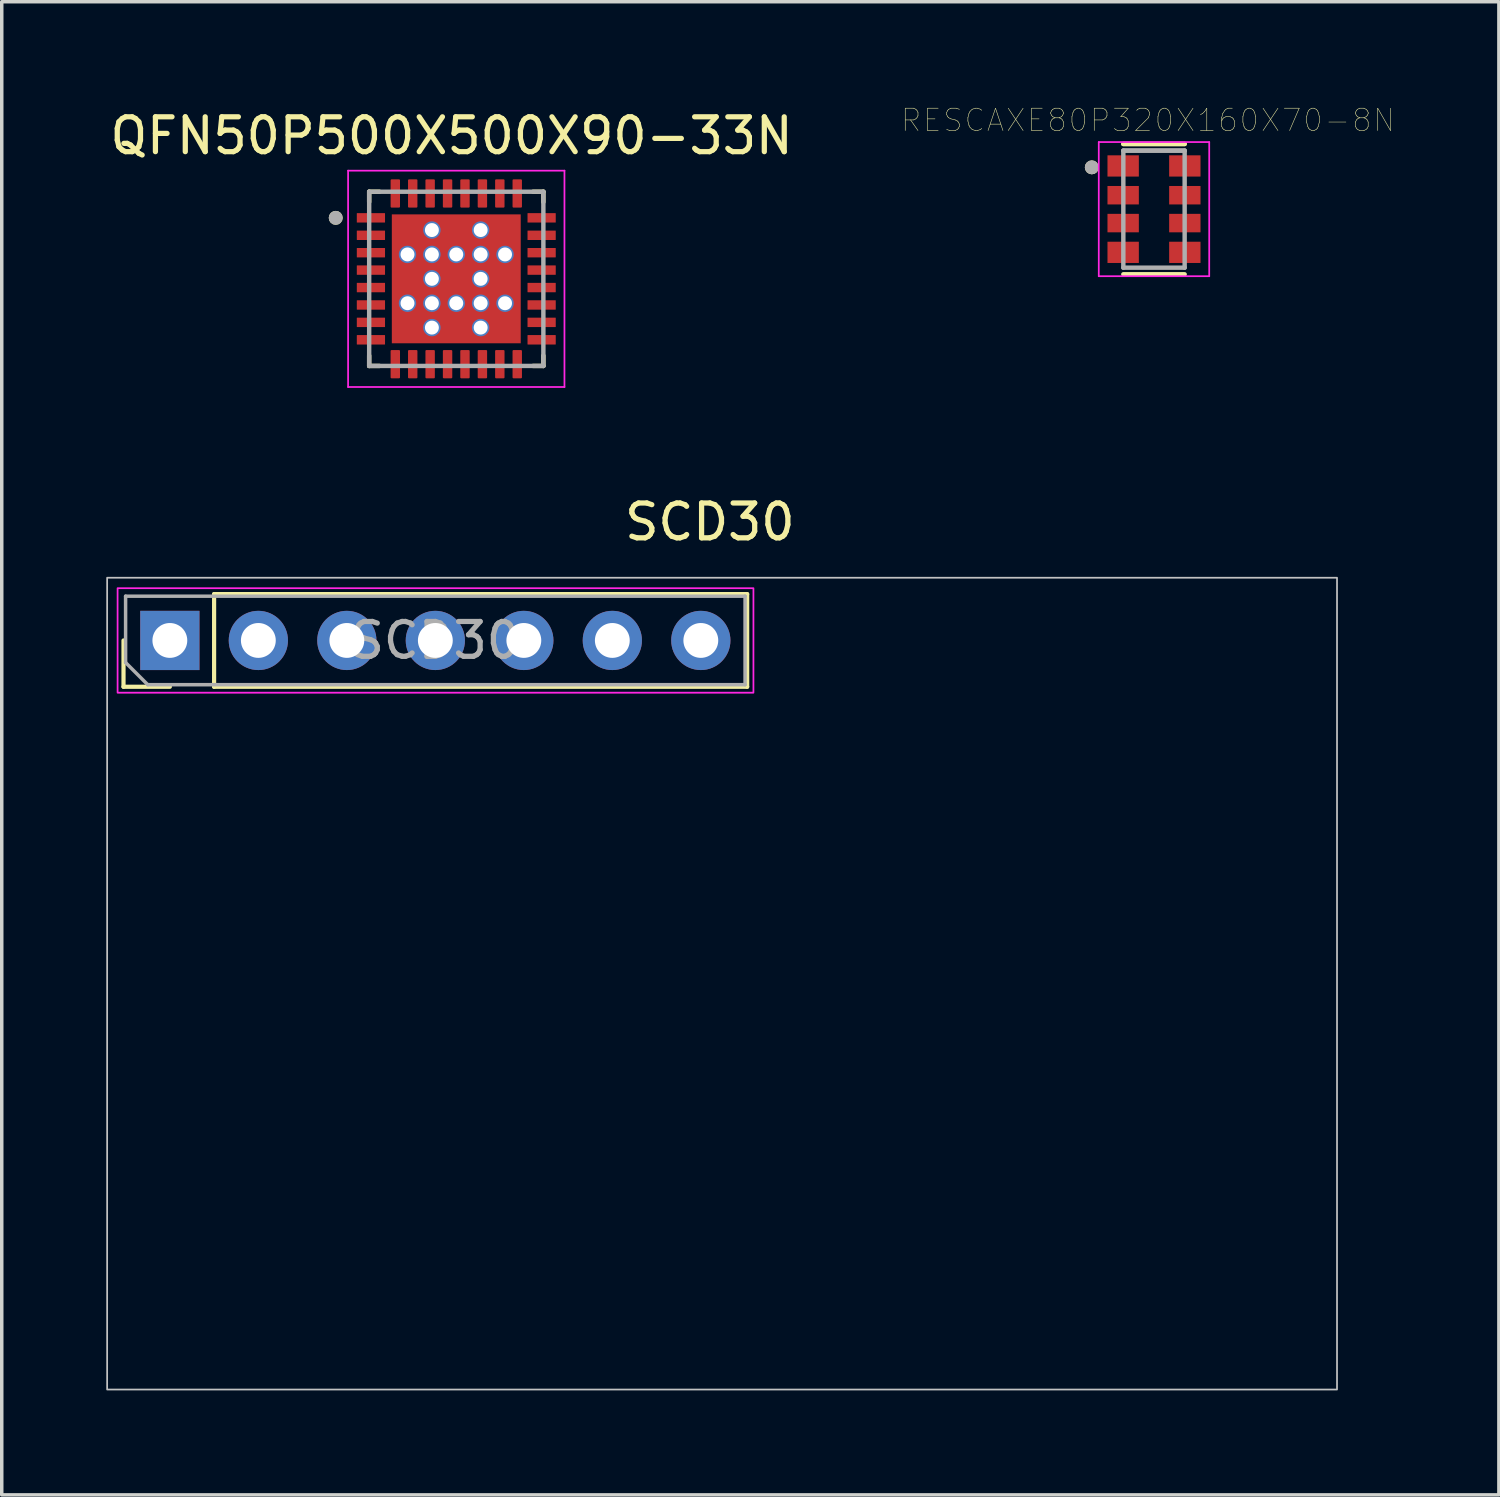
<source format=kicad_pcb>
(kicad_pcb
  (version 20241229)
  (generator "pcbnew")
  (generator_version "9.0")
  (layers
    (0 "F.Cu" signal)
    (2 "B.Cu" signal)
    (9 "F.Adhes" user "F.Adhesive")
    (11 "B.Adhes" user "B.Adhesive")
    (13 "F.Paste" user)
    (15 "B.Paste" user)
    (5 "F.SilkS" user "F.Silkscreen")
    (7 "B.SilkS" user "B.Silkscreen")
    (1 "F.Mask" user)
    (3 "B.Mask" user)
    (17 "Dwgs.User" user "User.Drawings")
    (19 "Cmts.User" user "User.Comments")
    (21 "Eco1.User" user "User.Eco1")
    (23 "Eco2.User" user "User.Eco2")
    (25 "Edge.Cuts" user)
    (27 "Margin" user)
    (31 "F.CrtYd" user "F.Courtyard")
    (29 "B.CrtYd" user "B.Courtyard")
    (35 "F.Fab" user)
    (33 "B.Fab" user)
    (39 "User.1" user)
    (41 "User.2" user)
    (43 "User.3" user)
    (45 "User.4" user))
  (footprint "RESCAXE80P320X160X70-8N"
    (layer "F.Cu")
    (at 30.072 2.953)
    (property "Reference" "RESCAXE80P320X160X70-8N" (at -0.176 -2.552 0) (layer "F.SilkS") (effects (font (size 0.64 0.64) (thickness 0.015))))
    (attr through_hole)
    (fp_line (start 0.88 -1.87) (end -0.88 -1.87) (stroke (width 0.127) (type solid)) (layer "F.SilkS"))
    (fp_line (start 0.88 -1.87) (end -0.88 -1.87) (stroke (width 0.127) (type solid)) (layer "F.SilkS"))
    (fp_line (start 0.88 1.87) (end -0.88 1.87) (stroke (width 0.127) (type solid)) (layer "F.SilkS"))
    (fp_circle (center -1.785 -1.2) (end -1.685 -1.2) (stroke (width 0.2) (type solid)) (fill no) (layer "F.SilkS"))
    (fp_line (start -1.585 -1.925) (end -1.585 1.925) (stroke (width 0.05) (type solid)) (layer "F.CrtYd"))
    (fp_line (start -1.585 1.925) (end 1.585 1.925) (stroke (width 0.05) (type solid)) (layer "F.CrtYd"))
    (fp_line (start 1.585 -1.925) (end -1.585 -1.925) (stroke (width 0.05) (type solid)) (layer "F.CrtYd"))
    (fp_line (start 1.585 1.925) (end 1.585 -1.925) (stroke (width 0.05) (type solid)) (layer "F.CrtYd"))
    (fp_line (start -0.88 -1.68) (end -0.88 1.68) (stroke (width 0.127) (type solid)) (layer "F.Fab"))
    (fp_line (start -0.88 1.68) (end 0.88 1.68) (stroke (width 0.127) (type solid)) (layer "F.Fab"))
    (fp_line (start 0.88 -1.68) (end -0.88 -1.68) (stroke (width 0.127) (type solid)) (layer "F.Fab"))
    (fp_line (start 0.88 -1.68) (end -0.88 -1.68) (stroke (width 0.127) (type solid)) (layer "F.Fab"))
    (fp_line (start 0.88 1.68) (end 0.88 -1.68) (stroke (width 0.127) (type solid)) (layer "F.Fab"))
    (fp_circle (center -1.785 -1.2) (end -1.685 -1.2) (stroke (width 0.2) (type solid)) (fill no) (layer "F.Fab"))
    (pad "1" smd rect (at -0.885 -1.24) (size 0.9 0.61) (layers "F.Cu" "F.Mask" "F.Paste"))
    (pad "2" smd rect (at -0.885 -0.4) (size 0.9 0.53) (layers "F.Cu" "F.Mask" "F.Paste"))
    (pad "3" smd rect (at -0.885 0.4) (size 0.9 0.53) (layers "F.Cu" "F.Mask" "F.Paste"))
    (pad "4" smd rect (at -0.885 1.24) (size 0.9 0.61) (layers "F.Cu" "F.Mask" "F.Paste"))
    (pad "5" smd rect (at 0.885 1.24) (size 0.9 0.61) (layers "F.Cu" "F.Mask" "F.Paste"))
    (pad "6" smd rect (at 0.885 0.4) (size 0.9 0.53) (layers "F.Cu" "F.Mask" "F.Paste"))
    (pad "7" smd rect (at 0.885 -0.4) (size 0.9 0.53) (layers "F.Cu" "F.Mask" "F.Paste"))
    (pad "8" smd rect (at 0.885 -1.24) (size 0.9 0.61) (layers "F.Cu" "F.Mask" "F.Paste")))
  (footprint "QFN50P500X500X90-33N"
    (layer "F.Cu")
    (at 10.046 4.953)
    (property "Reference" "QFN50P500X500X90-33N" (at -0.135 -4.105 0) (layer "F.SilkS") (effects (font (size 1 1) (thickness 0.15))))
    (attr through_hole)
    (fp_line (start -2.5 -2.5) (end -2.5 -2.205) (stroke (width 0.127) (type solid)) (layer "F.SilkS"))
    (fp_line (start -2.5 -2.5) (end -2.205 -2.5) (stroke (width 0.127) (type solid)) (layer "F.SilkS"))
    (fp_line (start -2.5 2.5) (end -2.5 2.205) (stroke (width 0.127) (type solid)) (layer "F.SilkS"))
    (fp_line (start -2.5 2.5) (end -2.205 2.5) (stroke (width 0.127) (type solid)) (layer "F.SilkS"))
    (fp_line (start 2.5 -2.5) (end 2.205 -2.5) (stroke (width 0.127) (type solid)) (layer "F.SilkS"))
    (fp_line (start 2.5 -2.5) (end 2.5 -2.205) (stroke (width 0.127) (type solid)) (layer "F.SilkS"))
    (fp_line (start 2.5 2.5) (end 2.205 2.5) (stroke (width 0.127) (type solid)) (layer "F.SilkS"))
    (fp_line (start 2.5 2.5) (end 2.5 2.205) (stroke (width 0.127) (type solid)) (layer "F.SilkS"))
    (fp_circle (center -3.46 -1.75) (end -3.36 -1.75) (stroke (width 0.2) (type solid)) (fill no) (layer "F.SilkS"))
    (fp_poly (pts (xy -1.85 -1.85) (xy -0.95 -1.85) (xy -0.95 -0.95) (xy -1.85 -0.95)) (stroke (width 0.01) (type solid)) (fill yes) (layer "F.Paste"))
    (fp_poly (pts (xy -1.85 -0.45) (xy -0.95 -0.45) (xy -0.95 0.45) (xy -1.85 0.45)) (stroke (width 0.01) (type solid)) (fill yes) (layer "F.Paste"))
    (fp_poly (pts (xy -1.85 0.95) (xy -0.95 0.95) (xy -0.95 1.85) (xy -1.85 1.85)) (stroke (width 0.01) (type solid)) (fill yes) (layer "F.Paste"))
    (fp_poly (pts (xy -0.45 -1.85) (xy 0.45 -1.85) (xy 0.45 -0.95) (xy -0.45 -0.95)) (stroke (width 0.01) (type solid)) (fill yes) (layer "F.Paste"))
    (fp_poly (pts (xy -0.45 -0.45) (xy 0.45 -0.45) (xy 0.45 0.45) (xy -0.45 0.45)) (stroke (width 0.01) (type solid)) (fill yes) (layer "F.Paste"))
    (fp_poly (pts (xy -0.45 0.95) (xy 0.45 0.95) (xy 0.45 1.85) (xy -0.45 1.85)) (stroke (width 0.01) (type solid)) (fill yes) (layer "F.Paste"))
    (fp_poly (pts (xy 0.95 -1.85) (xy 1.85 -1.85) (xy 1.85 -0.95) (xy 0.95 -0.95)) (stroke (width 0.01) (type solid)) (fill yes) (layer "F.Paste"))
    (fp_poly (pts (xy 0.95 -0.45) (xy 1.85 -0.45) (xy 1.85 0.45) (xy 0.95 0.45)) (stroke (width 0.01) (type solid)) (fill yes) (layer "F.Paste"))
    (fp_poly (pts (xy 0.95 0.95) (xy 1.85 0.95) (xy 1.85 1.85) (xy 0.95 1.85)) (stroke (width 0.01) (type solid)) (fill yes) (layer "F.Paste"))
    (fp_line (start -3.105 -3.105) (end 3.105 -3.105) (stroke (width 0.05) (type solid)) (layer "F.CrtYd"))
    (fp_line (start -3.105 3.105) (end -3.105 -3.105) (stroke (width 0.05) (type solid)) (layer "F.CrtYd"))
    (fp_line (start -3.105 3.105) (end 3.105 3.105) (stroke (width 0.05) (type solid)) (layer "F.CrtYd"))
    (fp_line (start 3.105 3.105) (end 3.105 -3.105) (stroke (width 0.05) (type solid)) (layer "F.CrtYd"))
    (fp_line (start -2.5 2.5) (end -2.5 -2.5) (stroke (width 0.127) (type solid)) (layer "F.Fab"))
    (fp_line (start 2.5 -2.5) (end -2.5 -2.5) (stroke (width 0.127) (type solid)) (layer "F.Fab"))
    (fp_line (start 2.5 2.5) (end -2.5 2.5) (stroke (width 0.127) (type solid)) (layer "F.Fab"))
    (fp_line (start 2.5 2.5) (end 2.5 -2.5) (stroke (width 0.127) (type solid)) (layer "F.Fab"))
    (fp_circle (center -3.46 -1.75) (end -3.36 -1.75) (stroke (width 0.2) (type solid)) (fill no) (layer "F.Fab"))
    (pad "1" smd roundrect (at -2.45 -1.75) (size 0.81 0.27) (layers "F.Cu" "F.Mask" "F.Paste") (roundrect_rratio 0.03))
    (pad "2" smd roundrect (at -2.45 -1.25) (size 0.81 0.27) (layers "F.Cu" "F.Mask" "F.Paste") (roundrect_rratio 0.03))
    (pad "3" smd roundrect (at -2.45 -0.75) (size 0.81 0.27) (layers "F.Cu" "F.Mask" "F.Paste") (roundrect_rratio 0.03))
    (pad "4" smd roundrect (at -2.45 -0.25) (size 0.81 0.27) (layers "F.Cu" "F.Mask" "F.Paste") (roundrect_rratio 0.03))
    (pad "5" smd roundrect (at -2.45 0.25) (size 0.81 0.27) (layers "F.Cu" "F.Mask" "F.Paste") (roundrect_rratio 0.03))
    (pad "6" smd roundrect (at -2.45 0.75) (size 0.81 0.27) (layers "F.Cu" "F.Mask" "F.Paste") (roundrect_rratio 0.03))
    (pad "7" smd roundrect (at -2.45 1.25) (size 0.81 0.27) (layers "F.Cu" "F.Mask" "F.Paste") (roundrect_rratio 0.03))
    (pad "8" smd roundrect (at -2.45 1.75) (size 0.81 0.27) (layers "F.Cu" "F.Mask" "F.Paste") (roundrect_rratio 0.03))
    (pad "9" smd roundrect (at -1.75 2.45) (size 0.27 0.81) (layers "F.Cu" "F.Mask" "F.Paste") (roundrect_rratio 0.1))
    (pad "10" smd roundrect (at -1.25 2.45) (size 0.27 0.81) (layers "F.Cu" "F.Mask" "F.Paste") (roundrect_rratio 0.1))
    (pad "11" smd roundrect (at -0.75 2.45) (size 0.27 0.81) (layers "F.Cu" "F.Mask" "F.Paste") (roundrect_rratio 0.1))
    (pad "12" smd roundrect (at -0.25 2.45) (size 0.27 0.81) (layers "F.Cu" "F.Mask" "F.Paste") (roundrect_rratio 0.1))
    (pad "13" smd roundrect (at 0.25 2.45) (size 0.27 0.81) (layers "F.Cu" "F.Mask" "F.Paste") (roundrect_rratio 0.1))
    (pad "14" smd roundrect (at 0.75 2.45) (size 0.27 0.81) (layers "F.Cu" "F.Mask" "F.Paste") (roundrect_rratio 0.1))
    (pad "15" smd roundrect (at 1.25 2.45) (size 0.27 0.81) (layers "F.Cu" "F.Mask" "F.Paste") (roundrect_rratio 0.1))
    (pad "16" smd roundrect (at 1.75 2.45) (size 0.27 0.81) (layers "F.Cu" "F.Mask" "F.Paste") (roundrect_rratio 0.1))
    (pad "17" smd roundrect (at 2.45 1.75) (size 0.81 0.27) (layers "F.Cu" "F.Mask" "F.Paste") (roundrect_rratio 0.03))
    (pad "18" smd roundrect (at 2.45 1.25) (size 0.81 0.27) (layers "F.Cu" "F.Mask" "F.Paste") (roundrect_rratio 0.03))
    (pad "19" smd roundrect (at 2.45 0.75) (size 0.81 0.27) (layers "F.Cu" "F.Mask" "F.Paste") (roundrect_rratio 0.03))
    (pad "20" smd roundrect (at 2.45 0.25) (size 0.81 0.27) (layers "F.Cu" "F.Mask" "F.Paste") (roundrect_rratio 0.03))
    (pad "21" smd roundrect (at 2.45 -0.25) (size 0.81 0.27) (layers "F.Cu" "F.Mask" "F.Paste") (roundrect_rratio 0.03))
    (pad "22" smd roundrect (at 2.45 -0.75) (size 0.81 0.27) (layers "F.Cu" "F.Mask" "F.Paste") (roundrect_rratio 0.03))
    (pad "23" smd roundrect (at 2.45 -1.25) (size 0.81 0.27) (layers "F.Cu" "F.Mask" "F.Paste") (roundrect_rratio 0.03))
    (pad "24" smd roundrect (at 2.45 -1.75) (size 0.81 0.27) (layers "F.Cu" "F.Mask" "F.Paste") (roundrect_rratio 0.03))
    (pad "25" smd roundrect (at 1.75 -2.45) (size 0.27 0.81) (layers "F.Cu" "F.Mask" "F.Paste") (roundrect_rratio 0.1))
    (pad "26" smd roundrect (at 1.25 -2.45) (size 0.27 0.81) (layers "F.Cu" "F.Mask" "F.Paste") (roundrect_rratio 0.1))
    (pad "27" smd roundrect (at 0.75 -2.45) (size 0.27 0.81) (layers "F.Cu" "F.Mask" "F.Paste") (roundrect_rratio 0.1))
    (pad "28" smd roundrect (at 0.25 -2.45) (size 0.27 0.81) (layers "F.Cu" "F.Mask" "F.Paste") (roundrect_rratio 0.1))
    (pad "29" smd roundrect (at -0.25 -2.45) (size 0.27 0.81) (layers "F.Cu" "F.Mask" "F.Paste") (roundrect_rratio 0.1))
    (pad "30" smd roundrect (at -0.75 -2.45) (size 0.27 0.81) (layers "F.Cu" "F.Mask" "F.Paste") (roundrect_rratio 0.1))
    (pad "31" smd roundrect (at -1.25 -2.45) (size 0.27 0.81) (layers "F.Cu" "F.Mask" "F.Paste") (roundrect_rratio 0.1))
    (pad "32" smd roundrect (at -1.75 -2.45) (size 0.27 0.81) (layers "F.Cu" "F.Mask" "F.Paste") (roundrect_rratio 0.1))
    (pad "33" smd rect (at 0 0) (size 3.7 3.7) (layers "F.Cu" "F.Mask"))
    (pad "34" thru_hole circle (at -0.7 -1.4) (size 0.5 0.5) (drill 0.4) (layers "*.Cu"))
    (pad "35" thru_hole circle (at 0.7 -1.4) (size 0.5 0.5) (drill 0.4) (layers "*.Cu"))
    (pad "36" thru_hole circle (at -1.4 -0.7) (size 0.5 0.5) (drill 0.4) (layers "*.Cu"))
    (pad "37" thru_hole circle (at -0.7 -0.7) (size 0.5 0.5) (drill 0.4) (layers "*.Cu"))
    (pad "38" thru_hole circle (at 0 -0.7) (size 0.5 0.5) (drill 0.4) (layers "*.Cu"))
    (pad "39" thru_hole circle (at 0.7 -0.7) (size 0.5 0.5) (drill 0.4) (layers "*.Cu"))
    (pad "40" thru_hole circle (at 1.4 -0.7) (size 0.5 0.5) (drill 0.4) (layers "*.Cu"))
    (pad "41" thru_hole circle (at -0.7 0) (size 0.5 0.5) (drill 0.4) (layers "*.Cu"))
    (pad "42" thru_hole circle (at 0.7 0) (size 0.5 0.5) (drill 0.4) (layers "*.Cu"))
    (pad "43" thru_hole circle (at -1.4 0.7) (size 0.5 0.5) (drill 0.4) (layers "*.Cu"))
    (pad "44" thru_hole circle (at -0.7 0.7) (size 0.5 0.5) (drill 0.4) (layers "*.Cu"))
    (pad "45" thru_hole circle (at 0 0.7) (size 0.5 0.5) (drill 0.4) (layers "*.Cu"))
    (pad "46" thru_hole circle (at 0.7 0.7) (size 0.5 0.5) (drill 0.4) (layers "*.Cu"))
    (pad "47" thru_hole circle (at 1.4 0.7) (size 0.5 0.5) (drill 0.4) (layers "*.Cu"))
    (pad "48" thru_hole circle (at -0.7 1.4) (size 0.5 0.5) (drill 0.4) (layers "*.Cu"))
    (pad "49" thru_hole circle (at 0.7 1.4) (size 0.5 0.5) (drill 0.4) (layers "*.Cu")))
  (footprint "SCD30"
    (layer "F.Cu")
    (at 17.325 11.832)
    (property "Reference" "SCD30" (at 0 0.1 180) (layer "F.SilkS") (effects (font (size 1 1) (thickness 0.15))))
    (attr through_hole)
    (fp_line (start -16.83 4.83) (end -16.83 3.5) (stroke (width 0.12) (type solid)) (layer "F.SilkS"))
    (fp_line (start -15.5 4.83) (end -16.83 4.83) (stroke (width 0.12) (type solid)) (layer "F.SilkS"))
    (fp_line (start -14.23 2.17) (end 1.07 2.17) (stroke (width 0.12) (type solid)) (layer "F.SilkS"))
    (fp_line (start -14.23 4.83) (end -14.23 2.17) (stroke (width 0.12) (type solid)) (layer "F.SilkS"))
    (fp_line (start -14.23 4.83) (end 1.07 4.83) (stroke (width 0.12) (type solid)) (layer "F.SilkS"))
    (fp_line (start 1.07 4.83) (end 1.07 2.17) (stroke (width 0.12) (type solid)) (layer "F.SilkS"))
    (fp_rect (start -17.3 1.7) (end 18 25) (stroke (width 0.05) (type solid)) (fill no) (layer "Dwgs.User"))
    (fp_rect (start 1.25 5) (end -17 2) (stroke (width 0.05) (type solid)) (fill no) (layer "F.CrtYd"))
    (fp_line (start -16.77 2.23) (end 1.01 2.23) (stroke (width 0.1) (type solid)) (layer "F.Fab"))
    (fp_line (start -16.77 4.135) (end -16.77 2.23) (stroke (width 0.1) (type solid)) (layer "F.Fab"))
    (fp_line (start -16.135 4.77) (end -16.77 4.135) (stroke (width 0.1) (type solid)) (layer "F.Fab"))
    (fp_line (start 1.01 2.23) (end 1.01 4.77) (stroke (width 0.1) (type solid)) (layer "F.Fab"))
    (fp_line (start 1.01 4.77) (end -16.135 4.77) (stroke (width 0.1) (type solid)) (layer "F.Fab"))
    (fp_text user "${REFERENCE}" (at -7.88 3.5 180) (layer "F.Fab") (effects (font (size 1 1) (thickness 0.15))))
    (pad "1" thru_hole rect (at -15.5 3.5 90) (size 1.7 1.7) (drill 1) (layers "*.Cu" "*.Mask"))
    (pad "2" thru_hole oval (at -12.96 3.5 90) (size 1.7 1.7) (drill 1) (layers "*.Cu" "*.Mask"))
    (pad "3" thru_hole oval (at -10.42 3.5 90) (size 1.7 1.7) (drill 1) (layers "*.Cu" "*.Mask"))
    (pad "4" thru_hole oval (at -7.88 3.5 90) (size 1.7 1.7) (drill 1) (layers "*.Cu" "*.Mask"))
    (pad "5" thru_hole oval (at -5.34 3.5 90) (size 1.7 1.7) (drill 1) (layers "*.Cu" "*.Mask"))
    (pad "6" thru_hole oval (at -2.8 3.5 90) (size 1.7 1.7) (drill 1) (layers "*.Cu" "*.Mask"))
    (pad "7" thru_hole oval (at -0.26 3.5 90) (size 1.7 1.7) (drill 1) (layers "*.Cu" "*.Mask")))
  (gr_rect
    (start -3 -3)
    (end 39.971 39.856)
    (stroke (width 0.1) (type default))
    (fill no)
    (layer "Edge.Cuts")))
</source>
